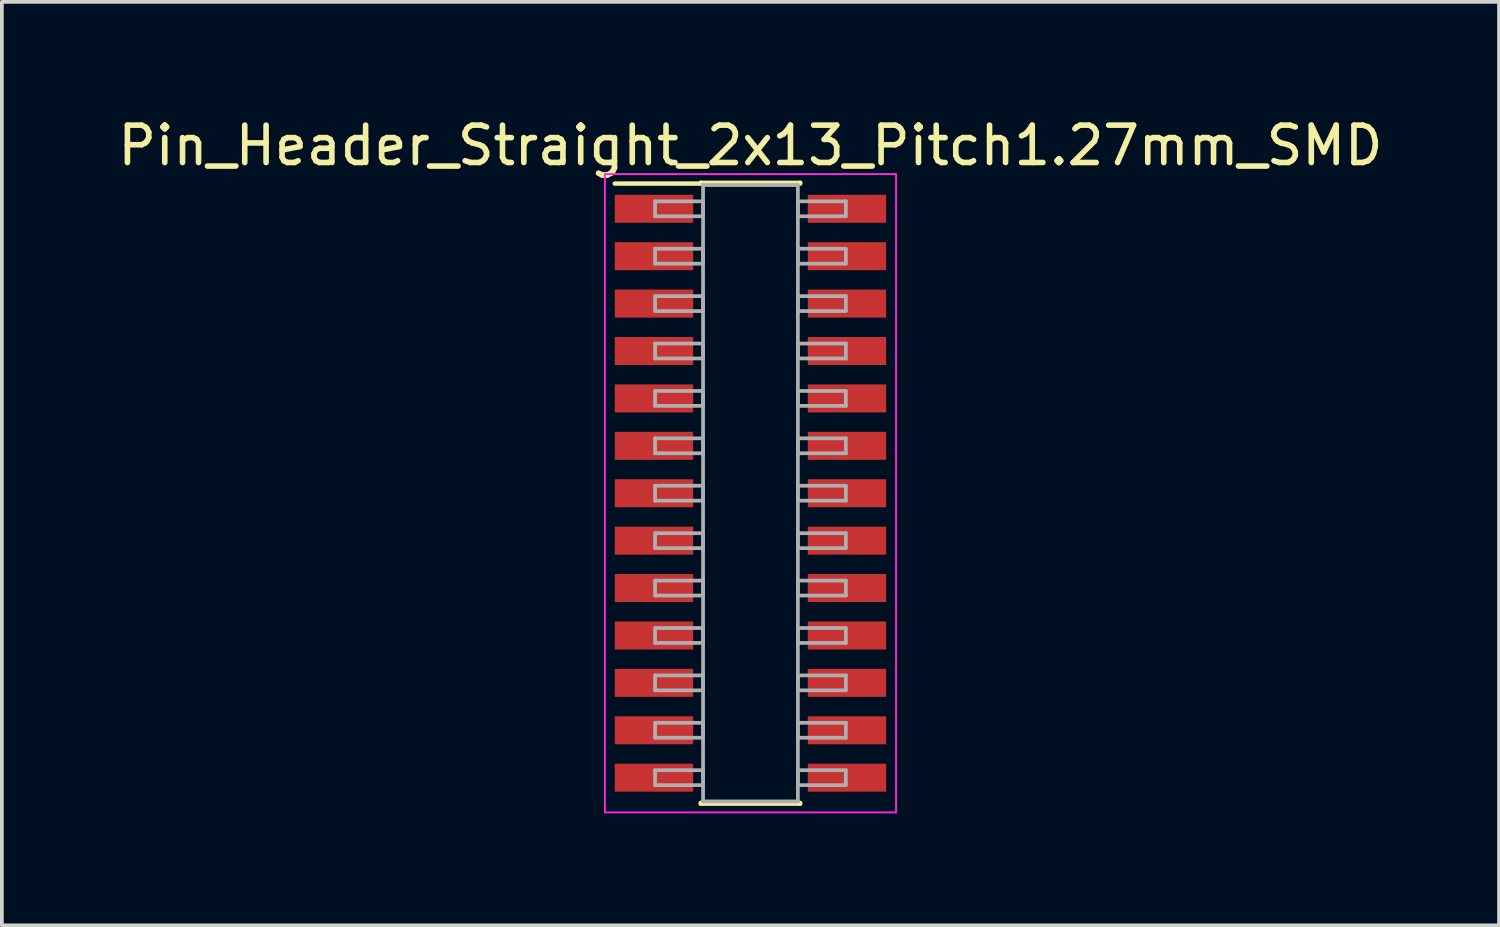
<source format=kicad_pcb>
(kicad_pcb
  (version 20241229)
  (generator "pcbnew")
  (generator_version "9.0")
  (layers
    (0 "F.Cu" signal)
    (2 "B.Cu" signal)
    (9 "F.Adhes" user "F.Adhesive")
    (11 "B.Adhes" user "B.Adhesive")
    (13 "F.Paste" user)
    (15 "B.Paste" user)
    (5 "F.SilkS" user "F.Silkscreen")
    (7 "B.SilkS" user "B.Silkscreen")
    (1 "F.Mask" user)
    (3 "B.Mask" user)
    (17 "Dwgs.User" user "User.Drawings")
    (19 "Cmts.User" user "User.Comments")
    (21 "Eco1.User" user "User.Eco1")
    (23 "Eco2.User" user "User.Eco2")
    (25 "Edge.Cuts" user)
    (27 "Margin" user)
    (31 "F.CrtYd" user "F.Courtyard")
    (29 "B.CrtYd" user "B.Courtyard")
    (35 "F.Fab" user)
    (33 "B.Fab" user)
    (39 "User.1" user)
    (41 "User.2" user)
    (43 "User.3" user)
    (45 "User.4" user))
  (footprint "Pin_Header_Straight_2x13_Pitch1.27mm_SMD"
    (layer "F.Cu")
    (at 17.054 10.163)
    (property "Reference" "Pin_Header_Straight_2x13_Pitch1.27mm_SMD" (at 0 -9.315 0) (layer "F.SilkS") (effects (font (size 1 1) (thickness 0.15))))
    (attr smd)
    (fp_line (start -3.635 -8.295) (end -1.33 -8.295) (stroke (width 0.12) (type solid)) (layer "F.SilkS"))
    (fp_line (start -1.33 -8.315) (end 1.33 -8.315) (stroke (width 0.12) (type solid)) (layer "F.SilkS"))
    (fp_line (start -1.33 -8.295) (end -1.33 -8.315) (stroke (width 0.12) (type solid)) (layer "F.SilkS"))
    (fp_line (start -1.33 8.295) (end -1.33 8.315) (stroke (width 0.12) (type solid)) (layer "F.SilkS"))
    (fp_line (start -1.33 8.315) (end 1.33 8.315) (stroke (width 0.12) (type solid)) (layer "F.SilkS"))
    (fp_line (start 1.33 -8.315) (end 1.33 -8.295) (stroke (width 0.12) (type solid)) (layer "F.SilkS"))
    (fp_line (start 1.33 8.315) (end 1.33 8.295) (stroke (width 0.12) (type solid)) (layer "F.SilkS"))
    (fp_line (start -3.9 -8.55) (end -3.9 8.55) (stroke (width 0.05) (type solid)) (layer "F.CrtYd"))
    (fp_line (start -3.9 8.55) (end 3.9 8.55) (stroke (width 0.05) (type solid)) (layer "F.CrtYd"))
    (fp_line (start 3.9 -8.55) (end -3.9 -8.55) (stroke (width 0.05) (type solid)) (layer "F.CrtYd"))
    (fp_line (start 3.9 8.55) (end 3.9 -8.55) (stroke (width 0.05) (type solid)) (layer "F.CrtYd"))
    (fp_line (start -2.555 -7.82) (end -1.27 -7.82) (stroke (width 0.1) (type solid)) (layer "F.Fab"))
    (fp_line (start -2.555 -7.42) (end -2.555 -7.82) (stroke (width 0.1) (type solid)) (layer "F.Fab"))
    (fp_line (start -2.555 -6.55) (end -1.27 -6.55) (stroke (width 0.1) (type solid)) (layer "F.Fab"))
    (fp_line (start -2.555 -6.15) (end -2.555 -6.55) (stroke (width 0.1) (type solid)) (layer "F.Fab"))
    (fp_line (start -2.555 -5.28) (end -1.27 -5.28) (stroke (width 0.1) (type solid)) (layer "F.Fab"))
    (fp_line (start -2.555 -4.88) (end -2.555 -5.28) (stroke (width 0.1) (type solid)) (layer "F.Fab"))
    (fp_line (start -2.555 -4.01) (end -1.27 -4.01) (stroke (width 0.1) (type solid)) (layer "F.Fab"))
    (fp_line (start -2.555 -3.61) (end -2.555 -4.01) (stroke (width 0.1) (type solid)) (layer "F.Fab"))
    (fp_line (start -2.555 -2.74) (end -1.27 -2.74) (stroke (width 0.1) (type solid)) (layer "F.Fab"))
    (fp_line (start -2.555 -2.34) (end -2.555 -2.74) (stroke (width 0.1) (type solid)) (layer "F.Fab"))
    (fp_line (start -2.555 -1.47) (end -1.27 -1.47) (stroke (width 0.1) (type solid)) (layer "F.Fab"))
    (fp_line (start -2.555 -1.07) (end -2.555 -1.47) (stroke (width 0.1) (type solid)) (layer "F.Fab"))
    (fp_line (start -2.555 -0.2) (end -1.27 -0.2) (stroke (width 0.1) (type solid)) (layer "F.Fab"))
    (fp_line (start -2.555 0.2) (end -2.555 -0.2) (stroke (width 0.1) (type solid)) (layer "F.Fab"))
    (fp_line (start -2.555 1.07) (end -1.27 1.07) (stroke (width 0.1) (type solid)) (layer "F.Fab"))
    (fp_line (start -2.555 1.47) (end -2.555 1.07) (stroke (width 0.1) (type solid)) (layer "F.Fab"))
    (fp_line (start -2.555 2.34) (end -1.27 2.34) (stroke (width 0.1) (type solid)) (layer "F.Fab"))
    (fp_line (start -2.555 2.74) (end -2.555 2.34) (stroke (width 0.1) (type solid)) (layer "F.Fab"))
    (fp_line (start -2.555 3.61) (end -1.27 3.61) (stroke (width 0.1) (type solid)) (layer "F.Fab"))
    (fp_line (start -2.555 4.01) (end -2.555 3.61) (stroke (width 0.1) (type solid)) (layer "F.Fab"))
    (fp_line (start -2.555 4.88) (end -1.27 4.88) (stroke (width 0.1) (type solid)) (layer "F.Fab"))
    (fp_line (start -2.555 5.28) (end -2.555 4.88) (stroke (width 0.1) (type solid)) (layer "F.Fab"))
    (fp_line (start -2.555 6.15) (end -1.27 6.15) (stroke (width 0.1) (type solid)) (layer "F.Fab"))
    (fp_line (start -2.555 6.55) (end -2.555 6.15) (stroke (width 0.1) (type solid)) (layer "F.Fab"))
    (fp_line (start -2.555 7.42) (end -1.27 7.42) (stroke (width 0.1) (type solid)) (layer "F.Fab"))
    (fp_line (start -2.555 7.82) (end -2.555 7.42) (stroke (width 0.1) (type solid)) (layer "F.Fab"))
    (fp_line (start -1.27 -8.255) (end -1.27 8.255) (stroke (width 0.1) (type solid)) (layer "F.Fab"))
    (fp_line (start -1.27 -7.82) (end -1.27 -7.42) (stroke (width 0.1) (type solid)) (layer "F.Fab"))
    (fp_line (start -1.27 -7.42) (end -2.555 -7.42) (stroke (width 0.1) (type solid)) (layer "F.Fab"))
    (fp_line (start -1.27 -6.55) (end -1.27 -6.15) (stroke (width 0.1) (type solid)) (layer "F.Fab"))
    (fp_line (start -1.27 -6.15) (end -2.555 -6.15) (stroke (width 0.1) (type solid)) (layer "F.Fab"))
    (fp_line (start -1.27 -5.28) (end -1.27 -4.88) (stroke (width 0.1) (type solid)) (layer "F.Fab"))
    (fp_line (start -1.27 -4.88) (end -2.555 -4.88) (stroke (width 0.1) (type solid)) (layer "F.Fab"))
    (fp_line (start -1.27 -4.01) (end -1.27 -3.61) (stroke (width 0.1) (type solid)) (layer "F.Fab"))
    (fp_line (start -1.27 -3.61) (end -2.555 -3.61) (stroke (width 0.1) (type solid)) (layer "F.Fab"))
    (fp_line (start -1.27 -2.74) (end -1.27 -2.34) (stroke (width 0.1) (type solid)) (layer "F.Fab"))
    (fp_line (start -1.27 -2.34) (end -2.555 -2.34) (stroke (width 0.1) (type solid)) (layer "F.Fab"))
    (fp_line (start -1.27 -1.47) (end -1.27 -1.07) (stroke (width 0.1) (type solid)) (layer "F.Fab"))
    (fp_line (start -1.27 -1.07) (end -2.555 -1.07) (stroke (width 0.1) (type solid)) (layer "F.Fab"))
    (fp_line (start -1.27 -0.2) (end -1.27 0.2) (stroke (width 0.1) (type solid)) (layer "F.Fab"))
    (fp_line (start -1.27 0.2) (end -2.555 0.2) (stroke (width 0.1) (type solid)) (layer "F.Fab"))
    (fp_line (start -1.27 1.07) (end -1.27 1.47) (stroke (width 0.1) (type solid)) (layer "F.Fab"))
    (fp_line (start -1.27 1.47) (end -2.555 1.47) (stroke (width 0.1) (type solid)) (layer "F.Fab"))
    (fp_line (start -1.27 2.34) (end -1.27 2.74) (stroke (width 0.1) (type solid)) (layer "F.Fab"))
    (fp_line (start -1.27 2.74) (end -2.555 2.74) (stroke (width 0.1) (type solid)) (layer "F.Fab"))
    (fp_line (start -1.27 3.61) (end -1.27 4.01) (stroke (width 0.1) (type solid)) (layer "F.Fab"))
    (fp_line (start -1.27 4.01) (end -2.555 4.01) (stroke (width 0.1) (type solid)) (layer "F.Fab"))
    (fp_line (start -1.27 4.88) (end -1.27 5.28) (stroke (width 0.1) (type solid)) (layer "F.Fab"))
    (fp_line (start -1.27 5.28) (end -2.555 5.28) (stroke (width 0.1) (type solid)) (layer "F.Fab"))
    (fp_line (start -1.27 6.15) (end -1.27 6.55) (stroke (width 0.1) (type solid)) (layer "F.Fab"))
    (fp_line (start -1.27 6.55) (end -2.555 6.55) (stroke (width 0.1) (type solid)) (layer "F.Fab"))
    (fp_line (start -1.27 7.42) (end -1.27 7.82) (stroke (width 0.1) (type solid)) (layer "F.Fab"))
    (fp_line (start -1.27 7.82) (end -2.555 7.82) (stroke (width 0.1) (type solid)) (layer "F.Fab"))
    (fp_line (start -1.27 8.255) (end 1.27 8.255) (stroke (width 0.1) (type solid)) (layer "F.Fab"))
    (fp_line (start 1.27 -8.255) (end -1.27 -8.255) (stroke (width 0.1) (type solid)) (layer "F.Fab"))
    (fp_line (start 1.27 -7.82) (end 1.27 -7.42) (stroke (width 0.1) (type solid)) (layer "F.Fab"))
    (fp_line (start 1.27 -7.42) (end 2.555 -7.42) (stroke (width 0.1) (type solid)) (layer "F.Fab"))
    (fp_line (start 1.27 -6.55) (end 1.27 -6.15) (stroke (width 0.1) (type solid)) (layer "F.Fab"))
    (fp_line (start 1.27 -6.15) (end 2.555 -6.15) (stroke (width 0.1) (type solid)) (layer "F.Fab"))
    (fp_line (start 1.27 -5.28) (end 1.27 -4.88) (stroke (width 0.1) (type solid)) (layer "F.Fab"))
    (fp_line (start 1.27 -4.88) (end 2.555 -4.88) (stroke (width 0.1) (type solid)) (layer "F.Fab"))
    (fp_line (start 1.27 -4.01) (end 1.27 -3.61) (stroke (width 0.1) (type solid)) (layer "F.Fab"))
    (fp_line (start 1.27 -3.61) (end 2.555 -3.61) (stroke (width 0.1) (type solid)) (layer "F.Fab"))
    (fp_line (start 1.27 -2.74) (end 1.27 -2.34) (stroke (width 0.1) (type solid)) (layer "F.Fab"))
    (fp_line (start 1.27 -2.34) (end 2.555 -2.34) (stroke (width 0.1) (type solid)) (layer "F.Fab"))
    (fp_line (start 1.27 -1.47) (end 1.27 -1.07) (stroke (width 0.1) (type solid)) (layer "F.Fab"))
    (fp_line (start 1.27 -1.07) (end 2.555 -1.07) (stroke (width 0.1) (type solid)) (layer "F.Fab"))
    (fp_line (start 1.27 -0.2) (end 1.27 0.2) (stroke (width 0.1) (type solid)) (layer "F.Fab"))
    (fp_line (start 1.27 0.2) (end 2.555 0.2) (stroke (width 0.1) (type solid)) (layer "F.Fab"))
    (fp_line (start 1.27 1.07) (end 1.27 1.47) (stroke (width 0.1) (type solid)) (layer "F.Fab"))
    (fp_line (start 1.27 1.47) (end 2.555 1.47) (stroke (width 0.1) (type solid)) (layer "F.Fab"))
    (fp_line (start 1.27 2.34) (end 1.27 2.74) (stroke (width 0.1) (type solid)) (layer "F.Fab"))
    (fp_line (start 1.27 2.74) (end 2.555 2.74) (stroke (width 0.1) (type solid)) (layer "F.Fab"))
    (fp_line (start 1.27 3.61) (end 1.27 4.01) (stroke (width 0.1) (type solid)) (layer "F.Fab"))
    (fp_line (start 1.27 4.01) (end 2.555 4.01) (stroke (width 0.1) (type solid)) (layer "F.Fab"))
    (fp_line (start 1.27 4.88) (end 1.27 5.28) (stroke (width 0.1) (type solid)) (layer "F.Fab"))
    (fp_line (start 1.27 5.28) (end 2.555 5.28) (stroke (width 0.1) (type solid)) (layer "F.Fab"))
    (fp_line (start 1.27 6.15) (end 1.27 6.55) (stroke (width 0.1) (type solid)) (layer "F.Fab"))
    (fp_line (start 1.27 6.55) (end 2.555 6.55) (stroke (width 0.1) (type solid)) (layer "F.Fab"))
    (fp_line (start 1.27 7.42) (end 1.27 7.82) (stroke (width 0.1) (type solid)) (layer "F.Fab"))
    (fp_line (start 1.27 7.82) (end 2.555 7.82) (stroke (width 0.1) (type solid)) (layer "F.Fab"))
    (fp_line (start 1.27 8.255) (end 1.27 -8.255) (stroke (width 0.1) (type solid)) (layer "F.Fab"))
    (fp_line (start 2.555 -7.82) (end 1.27 -7.82) (stroke (width 0.1) (type solid)) (layer "F.Fab"))
    (fp_line (start 2.555 -7.42) (end 2.555 -7.82) (stroke (width 0.1) (type solid)) (layer "F.Fab"))
    (fp_line (start 2.555 -6.55) (end 1.27 -6.55) (stroke (width 0.1) (type solid)) (layer "F.Fab"))
    (fp_line (start 2.555 -6.15) (end 2.555 -6.55) (stroke (width 0.1) (type solid)) (layer "F.Fab"))
    (fp_line (start 2.555 -5.28) (end 1.27 -5.28) (stroke (width 0.1) (type solid)) (layer "F.Fab"))
    (fp_line (start 2.555 -4.88) (end 2.555 -5.28) (stroke (width 0.1) (type solid)) (layer "F.Fab"))
    (fp_line (start 2.555 -4.01) (end 1.27 -4.01) (stroke (width 0.1) (type solid)) (layer "F.Fab"))
    (fp_line (start 2.555 -3.61) (end 2.555 -4.01) (stroke (width 0.1) (type solid)) (layer "F.Fab"))
    (fp_line (start 2.555 -2.74) (end 1.27 -2.74) (stroke (width 0.1) (type solid)) (layer "F.Fab"))
    (fp_line (start 2.555 -2.34) (end 2.555 -2.74) (stroke (width 0.1) (type solid)) (layer "F.Fab"))
    (fp_line (start 2.555 -1.47) (end 1.27 -1.47) (stroke (width 0.1) (type solid)) (layer "F.Fab"))
    (fp_line (start 2.555 -1.07) (end 2.555 -1.47) (stroke (width 0.1) (type solid)) (layer "F.Fab"))
    (fp_line (start 2.555 -0.2) (end 1.27 -0.2) (stroke (width 0.1) (type solid)) (layer "F.Fab"))
    (fp_line (start 2.555 0.2) (end 2.555 -0.2) (stroke (width 0.1) (type solid)) (layer "F.Fab"))
    (fp_line (start 2.555 1.07) (end 1.27 1.07) (stroke (width 0.1) (type solid)) (layer "F.Fab"))
    (fp_line (start 2.555 1.47) (end 2.555 1.07) (stroke (width 0.1) (type solid)) (layer "F.Fab"))
    (fp_line (start 2.555 2.34) (end 1.27 2.34) (stroke (width 0.1) (type solid)) (layer "F.Fab"))
    (fp_line (start 2.555 2.74) (end 2.555 2.34) (stroke (width 0.1) (type solid)) (layer "F.Fab"))
    (fp_line (start 2.555 3.61) (end 1.27 3.61) (stroke (width 0.1) (type solid)) (layer "F.Fab"))
    (fp_line (start 2.555 4.01) (end 2.555 3.61) (stroke (width 0.1) (type solid)) (layer "F.Fab"))
    (fp_line (start 2.555 4.88) (end 1.27 4.88) (stroke (width 0.1) (type solid)) (layer "F.Fab"))
    (fp_line (start 2.555 5.28) (end 2.555 4.88) (stroke (width 0.1) (type solid)) (layer "F.Fab"))
    (fp_line (start 2.555 6.15) (end 1.27 6.15) (stroke (width 0.1) (type solid)) (layer "F.Fab"))
    (fp_line (start 2.555 6.55) (end 2.555 6.15) (stroke (width 0.1) (type solid)) (layer "F.Fab"))
    (fp_line (start 2.555 7.42) (end 1.27 7.42) (stroke (width 0.1) (type solid)) (layer "F.Fab"))
    (fp_line (start 2.555 7.82) (end 2.555 7.42) (stroke (width 0.1) (type solid)) (layer "F.Fab"))
    (pad "1" smd rect (at -2.585 -7.62) (size 2.1 0.75) (layers "F.Cu" "F.Mask"))
    (pad "2" smd rect (at 2.585 -7.62) (size 2.1 0.75) (layers "F.Cu" "F.Mask"))
    (pad "3" smd rect (at -2.585 -6.35) (size 2.1 0.75) (layers "F.Cu" "F.Mask"))
    (pad "4" smd rect (at 2.585 -6.35) (size 2.1 0.75) (layers "F.Cu" "F.Mask"))
    (pad "5" smd rect (at -2.585 -5.08) (size 2.1 0.75) (layers "F.Cu" "F.Mask"))
    (pad "6" smd rect (at 2.585 -5.08) (size 2.1 0.75) (layers "F.Cu" "F.Mask"))
    (pad "7" smd rect (at -2.585 -3.81) (size 2.1 0.75) (layers "F.Cu" "F.Mask"))
    (pad "8" smd rect (at 2.585 -3.81) (size 2.1 0.75) (layers "F.Cu" "F.Mask"))
    (pad "9" smd rect (at -2.585 -2.54) (size 2.1 0.75) (layers "F.Cu" "F.Mask"))
    (pad "10" smd rect (at 2.585 -2.54) (size 2.1 0.75) (layers "F.Cu" "F.Mask"))
    (pad "11" smd rect (at -2.585 -1.27) (size 2.1 0.75) (layers "F.Cu" "F.Mask"))
    (pad "12" smd rect (at 2.585 -1.27) (size 2.1 0.75) (layers "F.Cu" "F.Mask"))
    (pad "13" smd rect (at -2.585 0) (size 2.1 0.75) (layers "F.Cu" "F.Mask"))
    (pad "14" smd rect (at 2.585 0) (size 2.1 0.75) (layers "F.Cu" "F.Mask"))
    (pad "15" smd rect (at -2.585 1.27) (size 2.1 0.75) (layers "F.Cu" "F.Mask"))
    (pad "16" smd rect (at 2.585 1.27) (size 2.1 0.75) (layers "F.Cu" "F.Mask"))
    (pad "17" smd rect (at -2.585 2.54) (size 2.1 0.75) (layers "F.Cu" "F.Mask"))
    (pad "18" smd rect (at 2.585 2.54) (size 2.1 0.75) (layers "F.Cu" "F.Mask"))
    (pad "19" smd rect (at -2.585 3.81) (size 2.1 0.75) (layers "F.Cu" "F.Mask"))
    (pad "20" smd rect (at 2.585 3.81) (size 2.1 0.75) (layers "F.Cu" "F.Mask"))
    (pad "21" smd rect (at -2.585 5.08) (size 2.1 0.75) (layers "F.Cu" "F.Mask"))
    (pad "22" smd rect (at 2.585 5.08) (size 2.1 0.75) (layers "F.Cu" "F.Mask"))
    (pad "23" smd rect (at -2.585 6.35) (size 2.1 0.75) (layers "F.Cu" "F.Mask"))
    (pad "24" smd rect (at 2.585 6.35) (size 2.1 0.75) (layers "F.Cu" "F.Mask"))
    (pad "25" smd rect (at -2.585 7.62) (size 2.1 0.75) (layers "F.Cu" "F.Mask"))
    (pad "26" smd rect (at 2.585 7.62) (size 2.1 0.75) (layers "F.Cu" "F.Mask")))
  (gr_rect
    (start -3 -3)
    (end 37.107 21.738)
    (stroke (width 0.1) (type default))
    (fill no)
    (layer "Edge.Cuts")))
</source>
